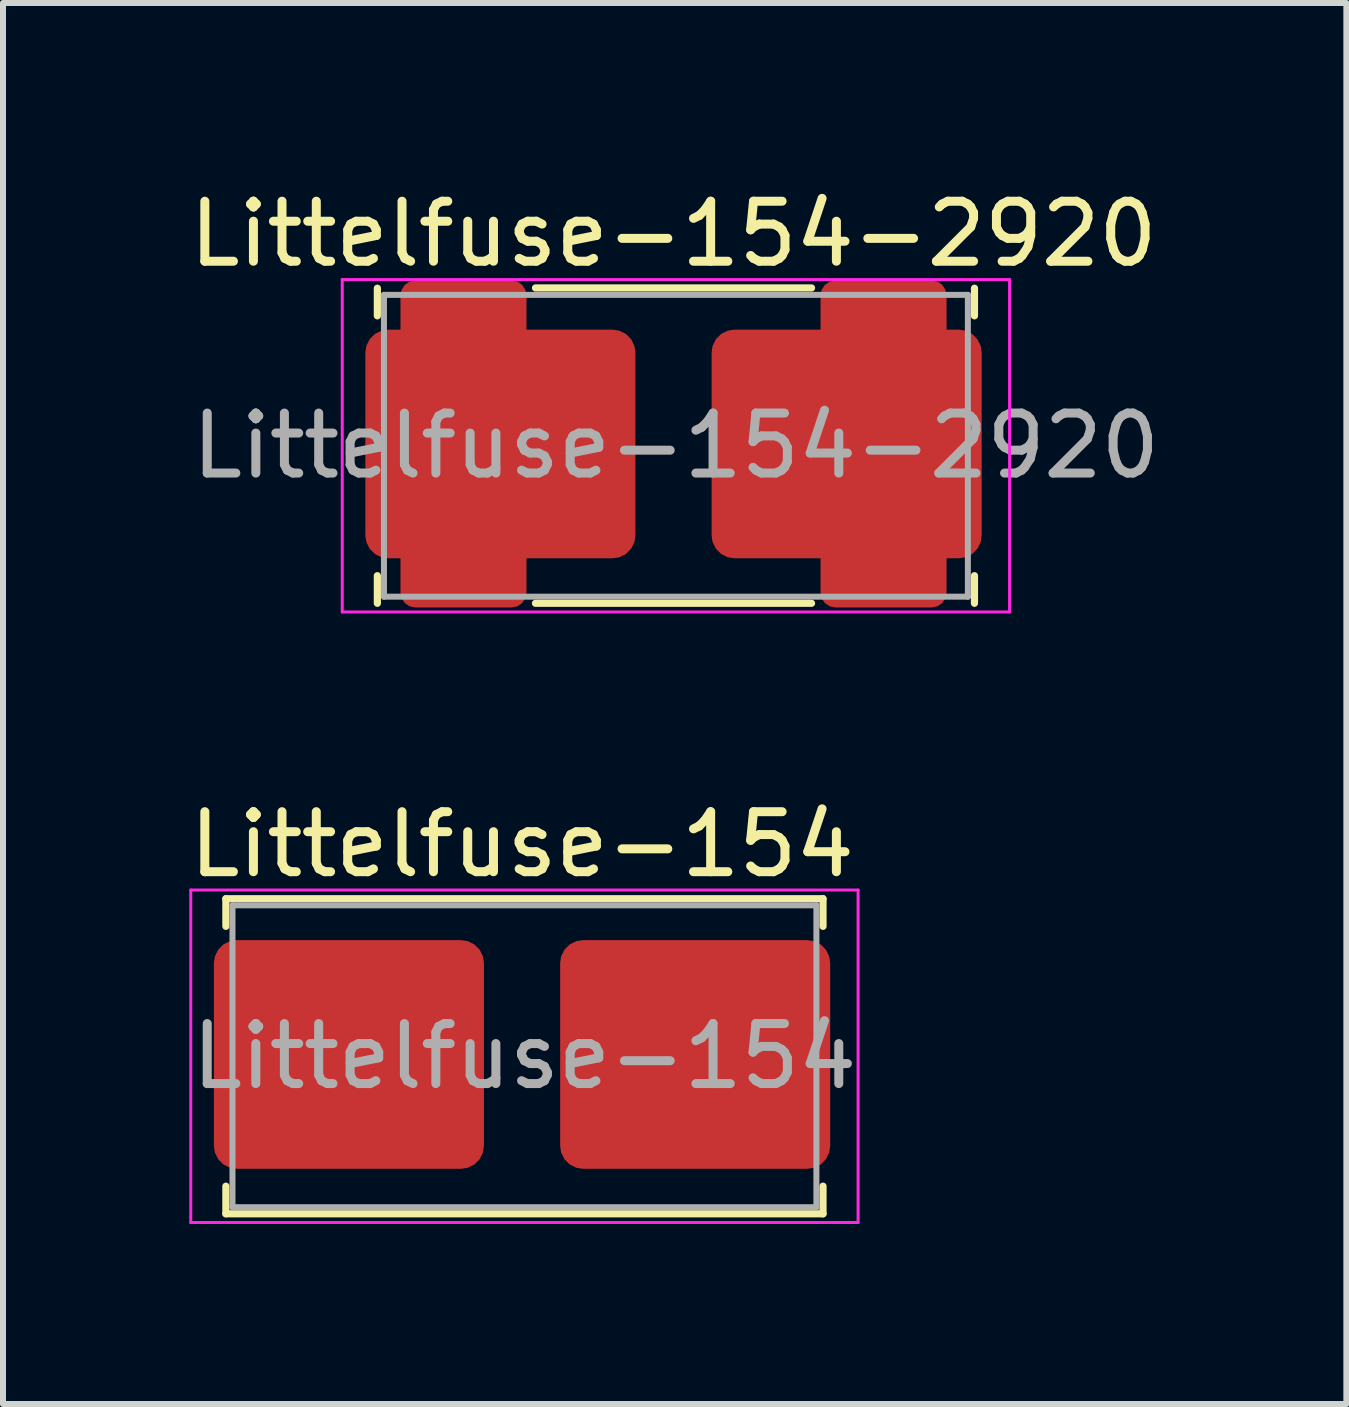
<source format=kicad_pcb>
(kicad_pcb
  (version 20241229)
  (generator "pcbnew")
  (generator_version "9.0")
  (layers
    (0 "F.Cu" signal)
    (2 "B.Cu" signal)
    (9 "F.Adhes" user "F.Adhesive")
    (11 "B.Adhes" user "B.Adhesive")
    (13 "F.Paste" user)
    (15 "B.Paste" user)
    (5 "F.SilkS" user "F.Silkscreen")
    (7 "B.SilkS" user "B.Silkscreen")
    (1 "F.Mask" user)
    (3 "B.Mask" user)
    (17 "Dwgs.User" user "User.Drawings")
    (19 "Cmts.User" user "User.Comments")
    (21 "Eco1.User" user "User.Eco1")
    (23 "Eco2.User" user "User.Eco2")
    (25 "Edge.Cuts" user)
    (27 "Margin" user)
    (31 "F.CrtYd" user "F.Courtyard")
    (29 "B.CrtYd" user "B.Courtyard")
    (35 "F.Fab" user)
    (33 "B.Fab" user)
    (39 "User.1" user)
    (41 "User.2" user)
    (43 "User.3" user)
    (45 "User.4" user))
  (footprint "Littelfuse-154"
    (layer "F.Cu")
    (at 5.649 14.521)
    (property "Reference" "Littelfuse-154" (at 0 -3.5 180) (layer "F.SilkS") (effects (font (size 1 1) (thickness 0.15))))
    (attr through_hole)
    (fp_line (start -4.935 -2.595) (end -4.935 -2.135) (stroke (width 0.12) (type solid)) (layer "F.SilkS"))
    (fp_line (start -4.935 -2.595) (end 5.015 -2.595) (stroke (width 0.12) (type solid)) (layer "F.SilkS"))
    (fp_line (start -4.935 2.195) (end -4.935 2.655) (stroke (width 0.12) (type solid)) (layer "F.SilkS"))
    (fp_line (start -4.935 2.655) (end 5.015 2.655) (stroke (width 0.12) (type solid)) (layer "F.SilkS"))
    (fp_line (start 5.015 -2.595) (end 5.015 -2.135) (stroke (width 0.12) (type solid)) (layer "F.SilkS"))
    (fp_line (start 5.015 2.655) (end 5.015 2.195) (stroke (width 0.12) (type solid)) (layer "F.SilkS"))
    (fp_line (start -5.52 -2.74) (end -5.52 2.8) (stroke (width 0.05) (type solid)) (layer "F.CrtYd"))
    (fp_line (start -5.52 -2.74) (end 5.6 -2.74) (stroke (width 0.05) (type solid)) (layer "F.CrtYd"))
    (fp_line (start -5.52 2.8) (end 5.6 2.8) (stroke (width 0.05) (type solid)) (layer "F.CrtYd"))
    (fp_line (start 5.6 -2.74) (end 5.6 2.8) (stroke (width 0.05) (type solid)) (layer "F.CrtYd"))
    (fp_line (start -4.825 -2.485) (end -4.825 2.545) (stroke (width 0.1) (type solid)) (layer "F.Fab"))
    (fp_line (start -4.825 -2.485) (end 4.905 -2.485) (stroke (width 0.1) (type solid)) (layer "F.Fab"))
    (fp_line (start -4.825 2.545) (end 4.905 2.545) (stroke (width 0.1) (type solid)) (layer "F.Fab"))
    (fp_line (start 4.905 2.545) (end 4.905 -2.485) (stroke (width 0.1) (type solid)) (layer "F.Fab"))
    (fp_text user "${REFERENCE}" (at 0.04 0.03 0) (layer "F.Fab") (effects (font (size 1 1) (thickness 0.15))))
    (pad "1" smd roundrect (at -2.885 0) (size 4.5 3.81) (layers "F.Cu" "F.Mask" "F.Paste") (roundrect_rratio 0.1))
    (pad "2" smd roundrect (at 2.885 0) (size 4.5 3.81) (layers "F.Cu" "F.Mask" "F.Paste") (roundrect_rratio 0.1)))
  (footprint "Littelfuse-154-2920"
    (layer "F.Cu")
    (at 8.173 4.348)
    (property "Reference" "Littelfuse-154-2920" (at 0 -3.5 180) (layer "F.SilkS") (effects (font (size 1 1) (thickness 0.15))))
    (attr smd)
    (fp_line (start -4.935 -2.595) (end -4.935 -2.135) (stroke (width 0.12) (type solid)) (layer "F.SilkS"))
    (fp_line (start -4.935 2.195) (end -4.935 2.655) (stroke (width 0.12) (type solid)) (layer "F.SilkS"))
    (fp_line (start -2.3 -2.6) (end 2.3 -2.6) (stroke (width 0.12) (type solid)) (layer "F.SilkS"))
    (fp_line (start -2.3 2.655) (end 2.3 2.655) (stroke (width 0.12) (type solid)) (layer "F.SilkS"))
    (fp_line (start 5.015 -2.595) (end 5.015 -2.135) (stroke (width 0.12) (type solid)) (layer "F.SilkS"))
    (fp_line (start 5.015 2.655) (end 5.015 2.195) (stroke (width 0.12) (type solid)) (layer "F.SilkS"))
    (fp_line (start -5.52 -2.74) (end -5.52 2.8) (stroke (width 0.05) (type solid)) (layer "F.CrtYd"))
    (fp_line (start -5.52 -2.74) (end 5.6 -2.74) (stroke (width 0.05) (type solid)) (layer "F.CrtYd"))
    (fp_line (start -5.52 2.8) (end 5.6 2.8) (stroke (width 0.05) (type solid)) (layer "F.CrtYd"))
    (fp_line (start 5.6 -2.74) (end 5.6 2.8) (stroke (width 0.05) (type solid)) (layer "F.CrtYd"))
    (fp_line (start -4.825 -2.485) (end -4.825 2.545) (stroke (width 0.1) (type solid)) (layer "F.Fab"))
    (fp_line (start -4.825 -2.485) (end 4.905 -2.485) (stroke (width 0.1) (type solid)) (layer "F.Fab"))
    (fp_line (start -4.825 2.545) (end 4.905 2.545) (stroke (width 0.1) (type solid)) (layer "F.Fab"))
    (fp_line (start 4.905 2.545) (end 4.905 -2.485) (stroke (width 0.1) (type solid)) (layer "F.Fab"))
    (fp_text user "${REFERENCE}" (at 0.04 0.03 0) (layer "F.Fab") (effects (font (size 1 1) (thickness 0.15))))
    (pad "1" smd roundrect (at -3.5 0) (size 2.1 5.45) (layers "F.Cu" "F.Mask" "F.Paste") (roundrect_rratio 0.119))
    (pad "1" smd roundrect (at -2.885 0) (size 4.5 3.81) (layers "F.Cu" "F.Mask" "F.Paste") (roundrect_rratio 0.1))
    (pad "2" smd roundrect (at 2.885 0) (size 4.5 3.81) (layers "F.Cu" "F.Mask" "F.Paste") (roundrect_rratio 0.1))
    (pad "2" smd roundrect (at 3.5 0) (size 2.1 5.45) (layers "F.Cu" "F.Mask" "F.Paste") (roundrect_rratio 0.119)))
  (gr_rect
    (start -3 -3)
    (end 19.385 20.346)
    (stroke (width 0.1) (type default))
    (fill no)
    (layer "Edge.Cuts")))
</source>
